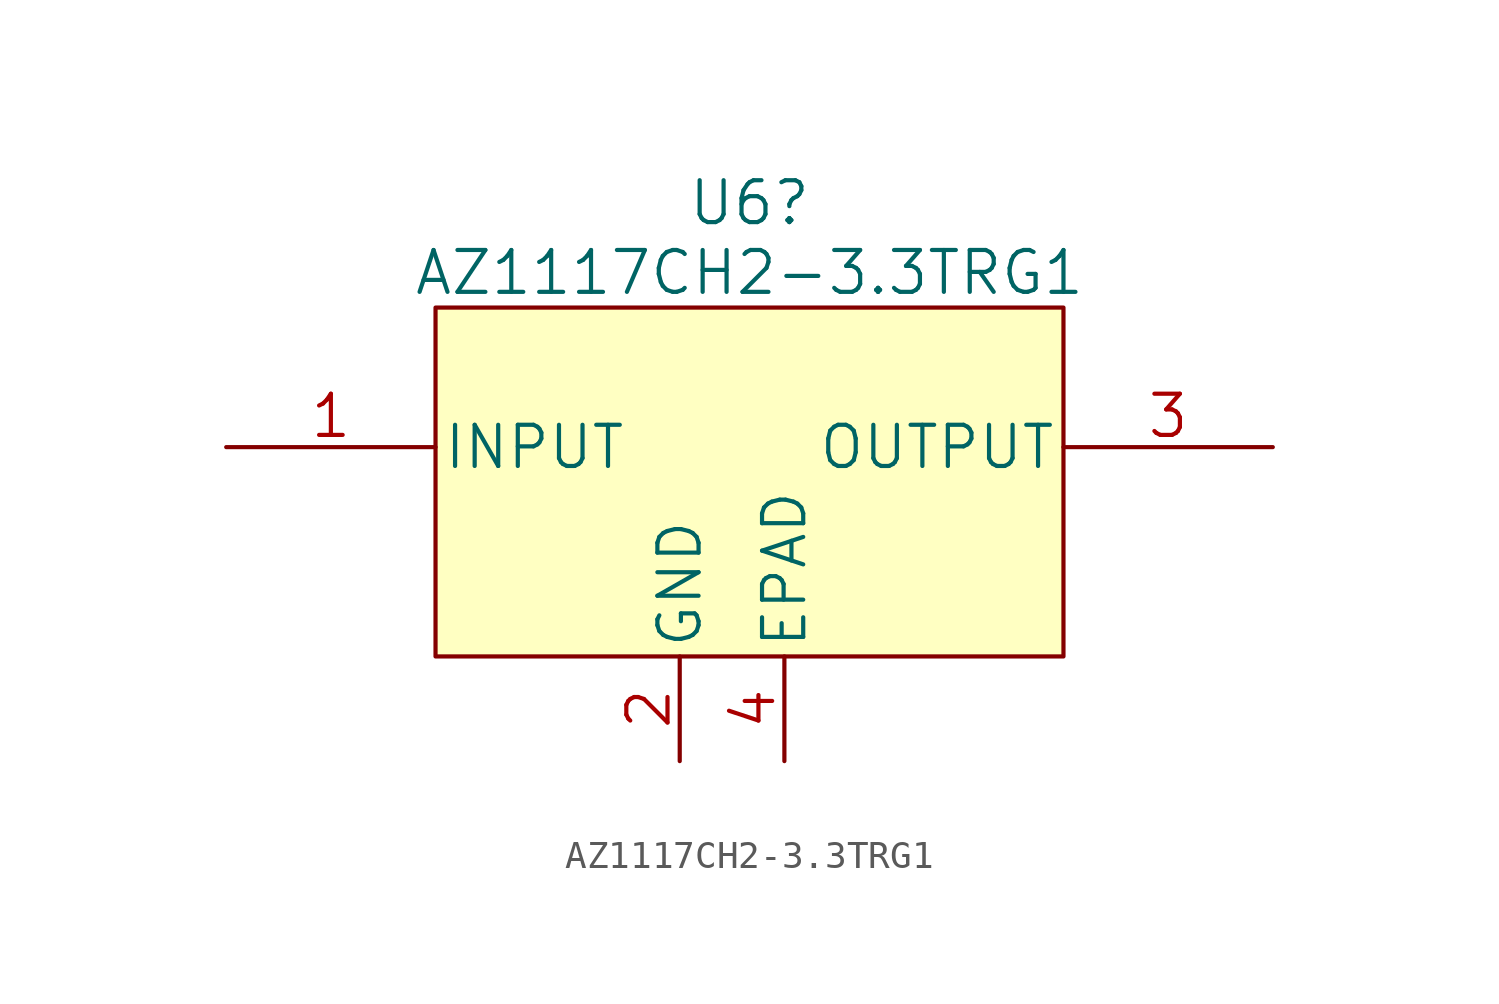
<source format=kicad_sym>
(kicad_symbol_lib
  (version 20211014)
  (generator kicad_symbol_editor)
  (symbol "AZ1117CH2-3.3TRG1"
    (pin_names
      (offset 0.254))
    (property "Reference" "U6"
      (at 19.05 8.89 0)
      (effects (font (size 1.524 1.524))))
    (property "Value" "AZ1117CH2-3.3TRG1"
      (at 19.05 6.35 0)
      (effects (font (size 1.524 1.524))))
    (property "ki_locked" ""
      (at 0 0 0)
      (effects (font (size 1.27 1.27))))
    (symbol "AZ1117CH2-3.3TRG1_0_1"
      (rectangle (start 7.62 5.08) (end 30.48 -7.62) (stroke (width 0) (type default) (color 0 0 0 0)) (fill (type background))))
    (symbol "AZ1117CH2-3.3TRG1_1_1"
      (pin input line (at 0 0 0) (length 7.62) (name "INPUT" (effects (font (size 1.499 1.499)))) (number "1" (effects (font (size 1.499 1.499)))))
      (pin power_in line (at 16.51 -11.43 90) (length 3.81) (name "GND" (effects (font (size 1.499 1.499)))) (number "2" (effects (font (size 1.499 1.499)))))
      (pin output line (at 38.1 0 180) (length 7.62) (name "OUTPUT" (effects (font (size 1.499 1.499)))) (number "3" (effects (font (size 1.499 1.499)))))
      (pin power_in line (at 20.32 -11.43 90) (length 3.81) (name "EPAD" (effects (font (size 1.499 1.499)))) (number "4" (effects (font (size 1.499 1.499))))))))
</source>
